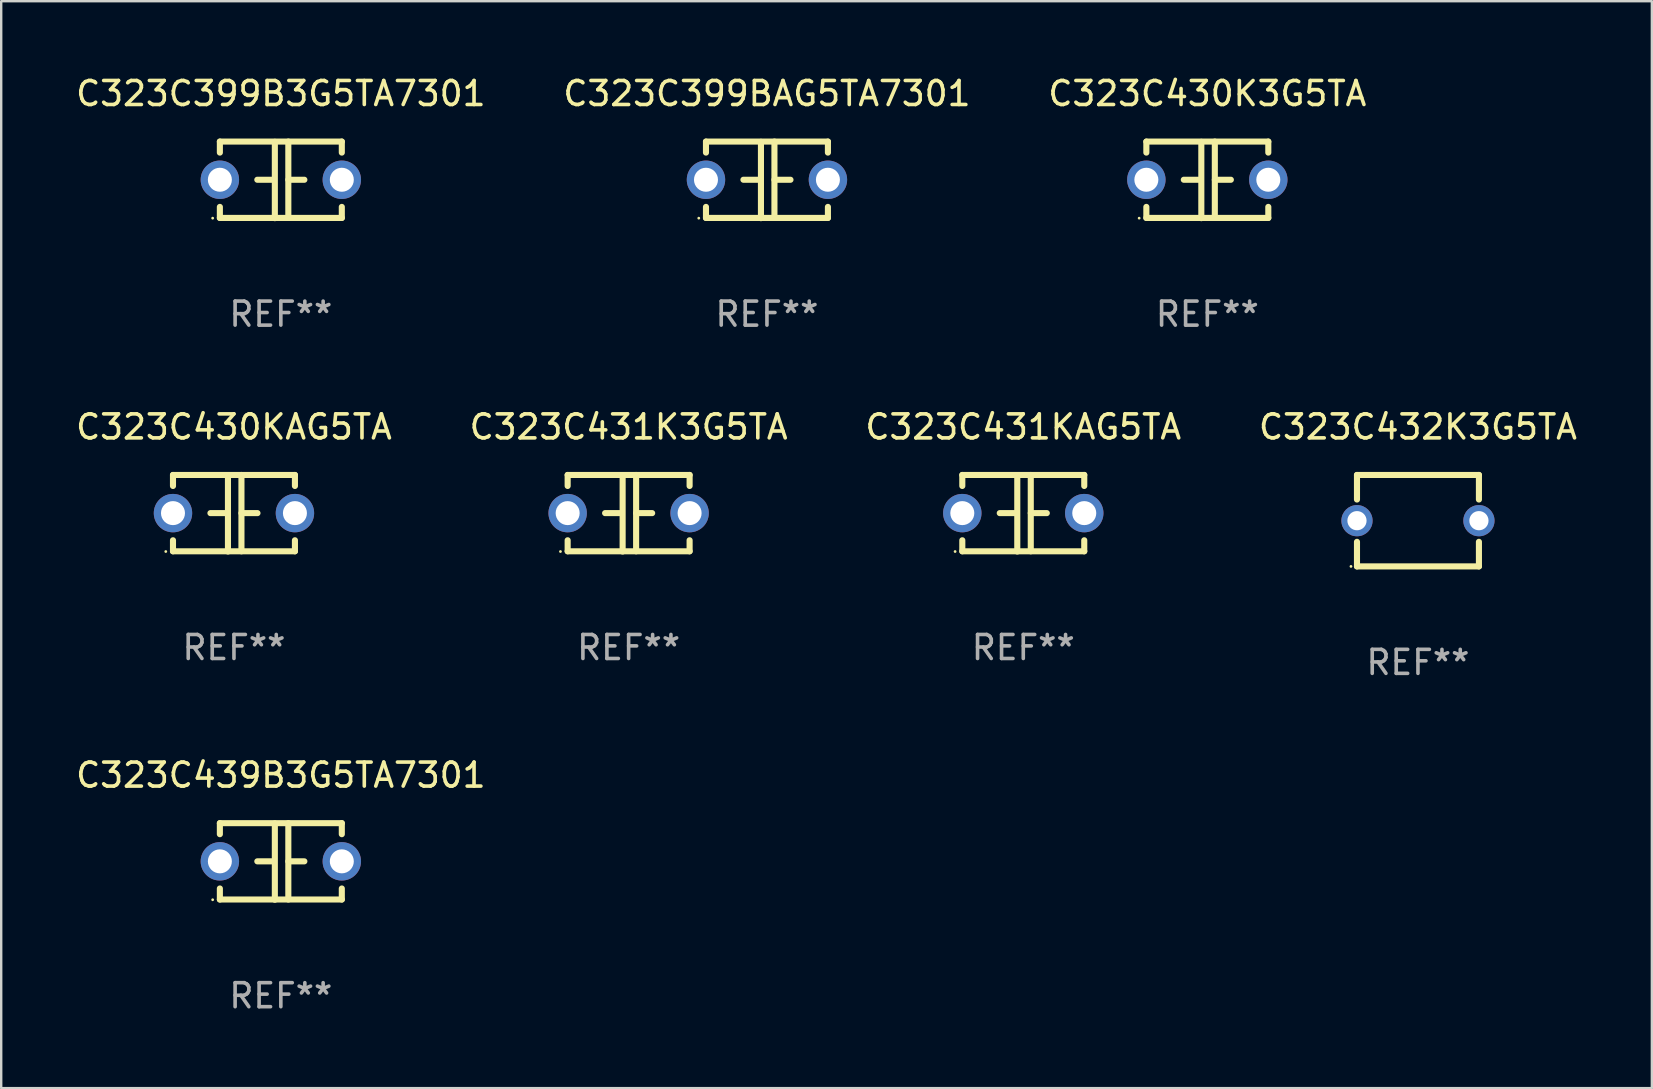
<source format=kicad_pcb>
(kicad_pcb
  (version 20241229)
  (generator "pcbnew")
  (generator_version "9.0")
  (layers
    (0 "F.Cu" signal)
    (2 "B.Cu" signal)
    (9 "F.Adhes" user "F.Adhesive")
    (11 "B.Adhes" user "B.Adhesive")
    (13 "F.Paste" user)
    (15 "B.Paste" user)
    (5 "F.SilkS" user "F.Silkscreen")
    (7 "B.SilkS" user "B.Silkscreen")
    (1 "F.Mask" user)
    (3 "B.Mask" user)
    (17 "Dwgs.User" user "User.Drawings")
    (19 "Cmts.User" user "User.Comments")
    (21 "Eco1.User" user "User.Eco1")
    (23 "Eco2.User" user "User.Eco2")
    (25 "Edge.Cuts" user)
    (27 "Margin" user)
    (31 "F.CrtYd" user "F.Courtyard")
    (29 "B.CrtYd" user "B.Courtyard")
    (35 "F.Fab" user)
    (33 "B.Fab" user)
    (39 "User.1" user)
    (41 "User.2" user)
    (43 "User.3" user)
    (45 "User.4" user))
  (footprint "C323C430KAG5TA"
    (layer "F.Cu")
    (at 6.696 18.33)
    (property "Reference" "C323C430KAG5TA" (at 0 -3.595 0) (layer "F.SilkS") (effects (font (size 1 1) (thickness 0.15))))
    (attr through_hole)
    (fp_line (start -2.54 -1.595) (end -2.54 -1.136) (stroke (width 0.254) (type solid)) (layer "F.SilkS"))
    (fp_line (start -2.54 -1.595) (end 2.54 -1.595) (stroke (width 0.254) (type solid)) (layer "F.SilkS"))
    (fp_line (start -2.54 1.126) (end -2.54 1.585) (stroke (width 0.254) (type solid)) (layer "F.SilkS"))
    (fp_line (start -0.312 -0.005) (end -0.98 -0.005) (stroke (width 0.254) (type solid)) (layer "F.SilkS"))
    (fp_line (start -0.25 -1.585) (end -0.25 1.595) (stroke (width 0.254) (type solid)) (layer "F.SilkS"))
    (fp_line (start 0.312 -1.595) (end 0.312 1.585) (stroke (width 0.254) (type solid)) (layer "F.SilkS"))
    (fp_line (start 0.312 -0.005) (end 0.98 -0.005) (stroke (width 0.254) (type solid)) (layer "F.SilkS"))
    (fp_line (start 2.54 -1.595) (end 2.54 -1.136) (stroke (width 0.254) (type solid)) (layer "F.SilkS"))
    (fp_line (start 2.54 1.126) (end 2.54 1.585) (stroke (width 0.254) (type solid)) (layer "F.SilkS"))
    (fp_line (start 2.54 1.585) (end -2.54 1.585) (stroke (width 0.254) (type solid)) (layer "F.SilkS"))
    (fp_circle (center -2.84 1.595) (end -2.81 1.595) (stroke (width 0.06) (type solid)) (fill no) (layer "F.SilkS"))
    (fp_text user "REF**" (at 0 5.595 0) (layer "F.Fab") (effects (font (size 1 1) (thickness 0.15))))
    (pad "1" thru_hole circle (at -2.54 -0.005) (size 1.6 1.6) (drill 1) (layers "*.Cu" "*.Mask"))
    (pad "2" thru_hole circle (at 2.54 -0.005) (size 1.6 1.6) (drill 1) (layers "*.Cu" "*.Mask")))
  (footprint "C323C431KAG5TA"
    (layer "F.Cu")
    (at 39.577 18.33)
    (property "Reference" "C323C431KAG5TA" (at 0 -3.595 0) (layer "F.SilkS") (effects (font (size 1 1) (thickness 0.15))))
    (attr through_hole)
    (fp_line (start -2.54 -1.595) (end -2.54 -1.136) (stroke (width 0.254) (type solid)) (layer "F.SilkS"))
    (fp_line (start -2.54 -1.595) (end 2.54 -1.595) (stroke (width 0.254) (type solid)) (layer "F.SilkS"))
    (fp_line (start -2.54 1.126) (end -2.54 1.585) (stroke (width 0.254) (type solid)) (layer "F.SilkS"))
    (fp_line (start -0.312 -0.005) (end -0.98 -0.005) (stroke (width 0.254) (type solid)) (layer "F.SilkS"))
    (fp_line (start -0.25 -1.585) (end -0.25 1.595) (stroke (width 0.254) (type solid)) (layer "F.SilkS"))
    (fp_line (start 0.312 -1.595) (end 0.312 1.585) (stroke (width 0.254) (type solid)) (layer "F.SilkS"))
    (fp_line (start 0.312 -0.005) (end 0.98 -0.005) (stroke (width 0.254) (type solid)) (layer "F.SilkS"))
    (fp_line (start 2.54 -1.595) (end 2.54 -1.136) (stroke (width 0.254) (type solid)) (layer "F.SilkS"))
    (fp_line (start 2.54 1.126) (end 2.54 1.585) (stroke (width 0.254) (type solid)) (layer "F.SilkS"))
    (fp_line (start 2.54 1.585) (end -2.54 1.585) (stroke (width 0.254) (type solid)) (layer "F.SilkS"))
    (fp_circle (center -2.84 1.595) (end -2.81 1.595) (stroke (width 0.06) (type solid)) (fill no) (layer "F.SilkS"))
    (fp_text user "REF**" (at 0 5.595 0) (layer "F.Fab") (effects (font (size 1 1) (thickness 0.15))))
    (pad "1" thru_hole circle (at -2.54 -0.005) (size 1.6 1.6) (drill 1) (layers "*.Cu" "*.Mask"))
    (pad "2" thru_hole circle (at 2.54 -0.005) (size 1.6 1.6) (drill 1) (layers "*.Cu" "*.Mask")))
  (footprint "C323C430K3G5TA"
    (layer "F.Cu")
    (at 47.244 4.443)
    (property "Reference" "C323C430K3G5TA" (at 0 -3.595 0) (layer "F.SilkS") (effects (font (size 1 1) (thickness 0.15))))
    (attr through_hole)
    (fp_line (start -2.54 -1.595) (end -2.54 -1.136) (stroke (width 0.254) (type solid)) (layer "F.SilkS"))
    (fp_line (start -2.54 -1.595) (end 2.54 -1.595) (stroke (width 0.254) (type solid)) (layer "F.SilkS"))
    (fp_line (start -2.54 1.126) (end -2.54 1.585) (stroke (width 0.254) (type solid)) (layer "F.SilkS"))
    (fp_line (start -0.312 -0.005) (end -0.98 -0.005) (stroke (width 0.254) (type solid)) (layer "F.SilkS"))
    (fp_line (start -0.25 -1.585) (end -0.25 1.595) (stroke (width 0.254) (type solid)) (layer "F.SilkS"))
    (fp_line (start 0.312 -1.595) (end 0.312 1.585) (stroke (width 0.254) (type solid)) (layer "F.SilkS"))
    (fp_line (start 0.312 -0.005) (end 0.98 -0.005) (stroke (width 0.254) (type solid)) (layer "F.SilkS"))
    (fp_line (start 2.54 -1.595) (end 2.54 -1.136) (stroke (width 0.254) (type solid)) (layer "F.SilkS"))
    (fp_line (start 2.54 1.126) (end 2.54 1.585) (stroke (width 0.254) (type solid)) (layer "F.SilkS"))
    (fp_line (start 2.54 1.585) (end -2.54 1.585) (stroke (width 0.254) (type solid)) (layer "F.SilkS"))
    (fp_circle (center -2.84 1.595) (end -2.81 1.595) (stroke (width 0.06) (type solid)) (fill no) (layer "F.SilkS"))
    (fp_text user "REF**" (at 0 5.595 0) (layer "F.Fab") (effects (font (size 1 1) (thickness 0.15))))
    (pad "1" thru_hole circle (at -2.54 -0.005) (size 1.6 1.6) (drill 1) (layers "*.Cu" "*.Mask"))
    (pad "2" thru_hole circle (at 2.54 -0.005) (size 1.6 1.6) (drill 1) (layers "*.Cu" "*.Mask")))
  (footprint "C323C399B3G5TA7301"
    (layer "F.Cu")
    (at 8.649 4.443)
    (property "Reference" "C323C399B3G5TA7301" (at 0 -3.595 0) (layer "F.SilkS") (effects (font (size 1 1) (thickness 0.15))))
    (attr through_hole)
    (fp_line (start -2.54 -1.595) (end -2.54 -1.136) (stroke (width 0.254) (type solid)) (layer "F.SilkS"))
    (fp_line (start -2.54 -1.595) (end 2.54 -1.595) (stroke (width 0.254) (type solid)) (layer "F.SilkS"))
    (fp_line (start -2.54 1.126) (end -2.54 1.585) (stroke (width 0.254) (type solid)) (layer "F.SilkS"))
    (fp_line (start -0.312 -0.005) (end -0.98 -0.005) (stroke (width 0.254) (type solid)) (layer "F.SilkS"))
    (fp_line (start -0.25 -1.585) (end -0.25 1.595) (stroke (width 0.254) (type solid)) (layer "F.SilkS"))
    (fp_line (start 0.312 -1.595) (end 0.312 1.585) (stroke (width 0.254) (type solid)) (layer "F.SilkS"))
    (fp_line (start 0.312 -0.005) (end 0.98 -0.005) (stroke (width 0.254) (type solid)) (layer "F.SilkS"))
    (fp_line (start 2.54 -1.595) (end 2.54 -1.136) (stroke (width 0.254) (type solid)) (layer "F.SilkS"))
    (fp_line (start 2.54 1.126) (end 2.54 1.585) (stroke (width 0.254) (type solid)) (layer "F.SilkS"))
    (fp_line (start 2.54 1.585) (end -2.54 1.585) (stroke (width 0.254) (type solid)) (layer "F.SilkS"))
    (fp_circle (center -2.84 1.595) (end -2.81 1.595) (stroke (width 0.06) (type solid)) (fill no) (layer "F.SilkS"))
    (fp_text user "REF**" (at 0 5.595 0) (layer "F.Fab") (effects (font (size 1 1) (thickness 0.15))))
    (pad "1" thru_hole circle (at -2.54 -0.005) (size 1.6 1.6) (drill 1) (layers "*.Cu" "*.Mask"))
    (pad "2" thru_hole circle (at 2.54 -0.005) (size 1.6 1.6) (drill 1) (layers "*.Cu" "*.Mask")))
  (footprint "C323C431K3G5TA"
    (layer "F.Cu")
    (at 23.137 18.33)
    (property "Reference" "C323C431K3G5TA" (at 0 -3.595 0) (layer "F.SilkS") (effects (font (size 1 1) (thickness 0.15))))
    (attr through_hole)
    (fp_line (start -2.54 -1.595) (end -2.54 -1.136) (stroke (width 0.254) (type solid)) (layer "F.SilkS"))
    (fp_line (start -2.54 -1.595) (end 2.54 -1.595) (stroke (width 0.254) (type solid)) (layer "F.SilkS"))
    (fp_line (start -2.54 1.126) (end -2.54 1.585) (stroke (width 0.254) (type solid)) (layer "F.SilkS"))
    (fp_line (start -0.312 -0.005) (end -0.98 -0.005) (stroke (width 0.254) (type solid)) (layer "F.SilkS"))
    (fp_line (start -0.25 -1.585) (end -0.25 1.595) (stroke (width 0.254) (type solid)) (layer "F.SilkS"))
    (fp_line (start 0.312 -1.595) (end 0.312 1.585) (stroke (width 0.254) (type solid)) (layer "F.SilkS"))
    (fp_line (start 0.312 -0.005) (end 0.98 -0.005) (stroke (width 0.254) (type solid)) (layer "F.SilkS"))
    (fp_line (start 2.54 -1.595) (end 2.54 -1.136) (stroke (width 0.254) (type solid)) (layer "F.SilkS"))
    (fp_line (start 2.54 1.126) (end 2.54 1.585) (stroke (width 0.254) (type solid)) (layer "F.SilkS"))
    (fp_line (start 2.54 1.585) (end -2.54 1.585) (stroke (width 0.254) (type solid)) (layer "F.SilkS"))
    (fp_circle (center -2.84 1.595) (end -2.81 1.595) (stroke (width 0.06) (type solid)) (fill no) (layer "F.SilkS"))
    (fp_text user "REF**" (at 0 5.595 0) (layer "F.Fab") (effects (font (size 1 1) (thickness 0.15))))
    (pad "1" thru_hole circle (at -2.54 -0.005) (size 1.6 1.6) (drill 1) (layers "*.Cu" "*.Mask"))
    (pad "2" thru_hole circle (at 2.54 -0.005) (size 1.6 1.6) (drill 1) (layers "*.Cu" "*.Mask")))
  (footprint "C323C439B3G5TA7301"
    (layer "F.Cu")
    (at 8.649 32.836)
    (property "Reference" "C323C439B3G5TA7301" (at 0 -3.595 0) (layer "F.SilkS") (effects (font (size 1 1) (thickness 0.15))))
    (attr through_hole)
    (fp_line (start -2.54 -1.595) (end -2.54 -1.136) (stroke (width 0.254) (type solid)) (layer "F.SilkS"))
    (fp_line (start -2.54 -1.595) (end 2.54 -1.595) (stroke (width 0.254) (type solid)) (layer "F.SilkS"))
    (fp_line (start -2.54 1.126) (end -2.54 1.585) (stroke (width 0.254) (type solid)) (layer "F.SilkS"))
    (fp_line (start -0.312 -0.005) (end -0.98 -0.005) (stroke (width 0.254) (type solid)) (layer "F.SilkS"))
    (fp_line (start -0.25 -1.585) (end -0.25 1.595) (stroke (width 0.254) (type solid)) (layer "F.SilkS"))
    (fp_line (start 0.312 -1.595) (end 0.312 1.585) (stroke (width 0.254) (type solid)) (layer "F.SilkS"))
    (fp_line (start 0.312 -0.005) (end 0.98 -0.005) (stroke (width 0.254) (type solid)) (layer "F.SilkS"))
    (fp_line (start 2.54 -1.595) (end 2.54 -1.136) (stroke (width 0.254) (type solid)) (layer "F.SilkS"))
    (fp_line (start 2.54 1.126) (end 2.54 1.585) (stroke (width 0.254) (type solid)) (layer "F.SilkS"))
    (fp_line (start 2.54 1.585) (end -2.54 1.585) (stroke (width 0.254) (type solid)) (layer "F.SilkS"))
    (fp_circle (center -2.84 1.595) (end -2.81 1.595) (stroke (width 0.06) (type solid)) (fill no) (layer "F.SilkS"))
    (fp_text user "REF**" (at 0 5.595 0) (layer "F.Fab") (effects (font (size 1 1) (thickness 0.15))))
    (pad "1" thru_hole circle (at -2.54 -0.005) (size 1.6 1.6) (drill 1) (layers "*.Cu" "*.Mask"))
    (pad "2" thru_hole circle (at 2.54 -0.005) (size 1.6 1.6) (drill 1) (layers "*.Cu" "*.Mask")))
  (footprint "C323C399BAG5TA7301"
    (layer "F.Cu")
    (at 28.899 4.443)
    (property "Reference" "C323C399BAG5TA7301" (at 0 -3.595 0) (layer "F.SilkS") (effects (font (size 1 1) (thickness 0.15))))
    (attr through_hole)
    (fp_line (start -2.54 -1.595) (end -2.54 -1.136) (stroke (width 0.254) (type solid)) (layer "F.SilkS"))
    (fp_line (start -2.54 -1.595) (end 2.54 -1.595) (stroke (width 0.254) (type solid)) (layer "F.SilkS"))
    (fp_line (start -2.54 1.126) (end -2.54 1.585) (stroke (width 0.254) (type solid)) (layer "F.SilkS"))
    (fp_line (start -0.312 -0.005) (end -0.98 -0.005) (stroke (width 0.254) (type solid)) (layer "F.SilkS"))
    (fp_line (start -0.25 -1.585) (end -0.25 1.595) (stroke (width 0.254) (type solid)) (layer "F.SilkS"))
    (fp_line (start 0.312 -1.595) (end 0.312 1.585) (stroke (width 0.254) (type solid)) (layer "F.SilkS"))
    (fp_line (start 0.312 -0.005) (end 0.98 -0.005) (stroke (width 0.254) (type solid)) (layer "F.SilkS"))
    (fp_line (start 2.54 -1.595) (end 2.54 -1.136) (stroke (width 0.254) (type solid)) (layer "F.SilkS"))
    (fp_line (start 2.54 1.126) (end 2.54 1.585) (stroke (width 0.254) (type solid)) (layer "F.SilkS"))
    (fp_line (start 2.54 1.585) (end -2.54 1.585) (stroke (width 0.254) (type solid)) (layer "F.SilkS"))
    (fp_circle (center -2.84 1.595) (end -2.81 1.595) (stroke (width 0.06) (type solid)) (fill no) (layer "F.SilkS"))
    (fp_text user "REF**" (at 0 5.595 0) (layer "F.Fab") (effects (font (size 1 1) (thickness 0.15))))
    (pad "1" thru_hole circle (at -2.54 -0.005) (size 1.6 1.6) (drill 1) (layers "*.Cu" "*.Mask"))
    (pad "2" thru_hole circle (at 2.54 -0.005) (size 1.6 1.6) (drill 1) (layers "*.Cu" "*.Mask")))
  (footprint "C323C432K3G5TA"
    (layer "F.Cu")
    (at 56.018 18.64)
    (property "Reference" "C323C432K3G5TA" (at 0 -3.905 0) (layer "F.SilkS") (effects (font (size 1 1) (thickness 0.15))))
    (attr through_hole)
    (fp_line (start -2.54 -1.905) (end -2.54 -0.881) (stroke (width 0.254) (type solid)) (layer "F.SilkS"))
    (fp_line (start -2.54 0.881) (end -2.54 1.905) (stroke (width 0.254) (type solid)) (layer "F.SilkS"))
    (fp_line (start -2.54 1.905) (end 2.54 1.905) (stroke (width 0.254) (type solid)) (layer "F.SilkS"))
    (fp_line (start 2.54 -1.905) (end -2.54 -1.905) (stroke (width 0.254) (type solid)) (layer "F.SilkS"))
    (fp_line (start 2.54 -0.881) (end 2.54 -1.905) (stroke (width 0.254) (type solid)) (layer "F.SilkS"))
    (fp_line (start 2.54 1.905) (end 2.54 0.881) (stroke (width 0.254) (type solid)) (layer "F.SilkS"))
    (fp_circle (center -2.79 1.905) (end -2.76 1.905) (stroke (width 0.06) (type solid)) (fill no) (layer "F.SilkS"))
    (fp_text user "REF**" (at 0 5.905 0) (layer "F.Fab") (effects (font (size 1 1) (thickness 0.15))))
    (pad "1" thru_hole circle (at -2.54 0) (size 1.3 1.3) (drill 0.8) (layers "*.Cu" "*.Mask"))
    (pad "2" thru_hole circle (at 2.54 0) (size 1.3 1.3) (drill 0.8) (layers "*.Cu" "*.Mask")))
  (gr_rect
    (start -3 -3)
    (end 65.762 42.279)
    (stroke (width 0.1) (type default))
    (fill no)
    (layer "Edge.Cuts")))
</source>
